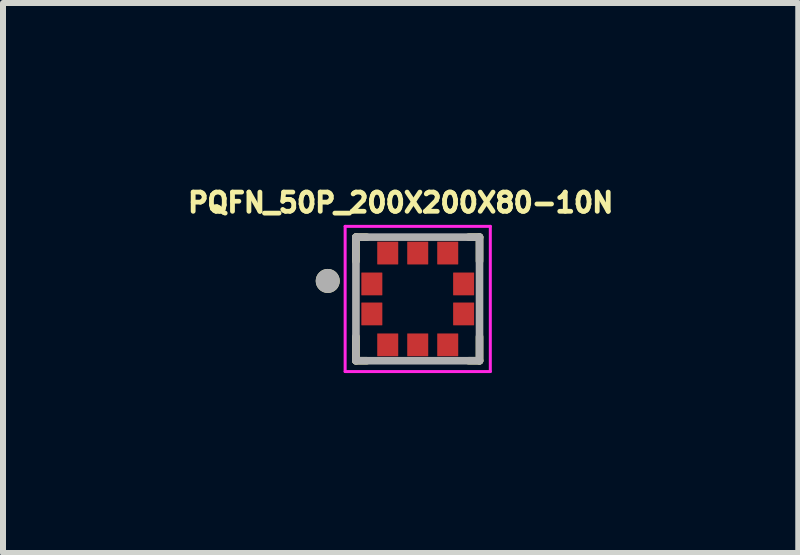
<source format=kicad_pcb>
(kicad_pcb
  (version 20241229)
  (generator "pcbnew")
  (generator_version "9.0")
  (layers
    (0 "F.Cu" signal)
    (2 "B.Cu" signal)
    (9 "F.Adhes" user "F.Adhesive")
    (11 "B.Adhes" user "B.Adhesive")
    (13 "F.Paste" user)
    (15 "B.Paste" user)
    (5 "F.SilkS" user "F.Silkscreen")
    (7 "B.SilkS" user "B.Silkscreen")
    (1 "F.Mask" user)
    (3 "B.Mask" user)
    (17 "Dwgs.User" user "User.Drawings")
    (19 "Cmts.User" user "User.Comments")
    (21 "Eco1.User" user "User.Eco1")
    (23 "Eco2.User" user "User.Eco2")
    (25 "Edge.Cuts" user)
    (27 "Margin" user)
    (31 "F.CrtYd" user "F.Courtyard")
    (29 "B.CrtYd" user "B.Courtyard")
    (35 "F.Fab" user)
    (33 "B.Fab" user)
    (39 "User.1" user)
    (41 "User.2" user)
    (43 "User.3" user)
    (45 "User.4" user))
  (footprint "PQFN_50P_200X200X80-10N"
    (layer "F.Cu")
    (at 3.913 1.933)
    (property "Reference" "PQFN_50P_200X200X80-10N" (at -0.284 -1.605 0) (layer "F.SilkS") (effects (font (size 0.32 0.32) (thickness 0.15))))
    (attr through_hole)
    (fp_line (start -1.03 -1.03) (end -0.85 -1.03) (stroke (width 0.127) (type solid)) (layer "F.SilkS"))
    (fp_line (start -1.03 -0.63) (end -1.03 -1.03) (stroke (width 0.127) (type solid)) (layer "F.SilkS"))
    (fp_line (start -1.03 1.03) (end -1.03 0.63) (stroke (width 0.127) (type solid)) (layer "F.SilkS"))
    (fp_line (start -0.85 1.03) (end -1.03 1.03) (stroke (width 0.127) (type solid)) (layer "F.SilkS"))
    (fp_line (start 0.85 -1.03) (end 1.03 -1.03) (stroke (width 0.127) (type solid)) (layer "F.SilkS"))
    (fp_line (start 0.85 1.03) (end 1.03 1.03) (stroke (width 0.127) (type solid)) (layer "F.SilkS"))
    (fp_line (start 1.03 -1.03) (end 1.03 -0.63) (stroke (width 0.127) (type solid)) (layer "F.SilkS"))
    (fp_line (start 1.03 1.03) (end 1.03 0.63) (stroke (width 0.127) (type solid)) (layer "F.SilkS"))
    (fp_circle (center -1.5 -0.3) (end -1.4 -0.3) (stroke (width 0.2) (type solid)) (fill no) (layer "F.SilkS"))
    (fp_line (start -1.21 -1.21) (end 1.21 -1.21) (stroke (width 0.05) (type solid)) (layer "F.CrtYd"))
    (fp_line (start -1.21 1.21) (end -1.21 -1.21) (stroke (width 0.05) (type solid)) (layer "F.CrtYd"))
    (fp_line (start 1.21 -1.21) (end 1.21 1.21) (stroke (width 0.05) (type solid)) (layer "F.CrtYd"))
    (fp_line (start 1.21 1.21) (end -1.21 1.21) (stroke (width 0.05) (type solid)) (layer "F.CrtYd"))
    (fp_line (start -1.03 -1.03) (end 1.03 -1.03) (stroke (width 0.127) (type solid)) (layer "F.Fab"))
    (fp_line (start -1.03 1.03) (end -1.03 -1.03) (stroke (width 0.127) (type solid)) (layer "F.Fab"))
    (fp_line (start 1.03 -1.03) (end 1.03 1.03) (stroke (width 0.127) (type solid)) (layer "F.Fab"))
    (fp_line (start 1.03 1.03) (end -1.03 1.03) (stroke (width 0.127) (type solid)) (layer "F.Fab"))
    (fp_circle (center -1.5 -0.3) (end -1.4 -0.3) (stroke (width 0.2) (type solid)) (fill no) (layer "F.Fab"))
    (pad "1" smd roundrect (at -0.765 -0.25) (size 0.35 0.38) (layers "F.Cu" "F.Mask" "F.Paste") (roundrect_rratio 0.02))
    (pad "2" smd roundrect (at -0.765 0.25) (size 0.35 0.38) (layers "F.Cu" "F.Mask" "F.Paste") (roundrect_rratio 0.02))
    (pad "3" smd roundrect (at -0.5 0.765) (size 0.35 0.38) (layers "F.Cu" "F.Mask" "F.Paste") (roundrect_rratio 0.02))
    (pad "4" smd roundrect (at 0 0.765) (size 0.35 0.38) (layers "F.Cu" "F.Mask" "F.Paste") (roundrect_rratio 0.02))
    (pad "5" smd roundrect (at 0.5 0.765) (size 0.35 0.38) (layers "F.Cu" "F.Mask" "F.Paste") (roundrect_rratio 0.02))
    (pad "6" smd roundrect (at 0.765 0.25) (size 0.35 0.38) (layers "F.Cu" "F.Mask" "F.Paste") (roundrect_rratio 0.02))
    (pad "7" smd roundrect (at 0.765 -0.25) (size 0.35 0.38) (layers "F.Cu" "F.Mask" "F.Paste") (roundrect_rratio 0.02))
    (pad "8" smd roundrect (at 0.5 -0.765) (size 0.35 0.38) (layers "F.Cu" "F.Mask" "F.Paste") (roundrect_rratio 0.02))
    (pad "9" smd roundrect (at 0 -0.765) (size 0.35 0.38) (layers "F.Cu" "F.Mask" "F.Paste") (roundrect_rratio 0.02))
    (pad "10" smd roundrect (at -0.5 -0.765) (size 0.35 0.38) (layers "F.Cu" "F.Mask" "F.Paste") (roundrect_rratio 0.02)))
  (gr_rect
    (start -3 -3)
    (end 10.256 6.168)
    (stroke (width 0.1) (type default))
    (fill no)
    (layer "Edge.Cuts")))
</source>
